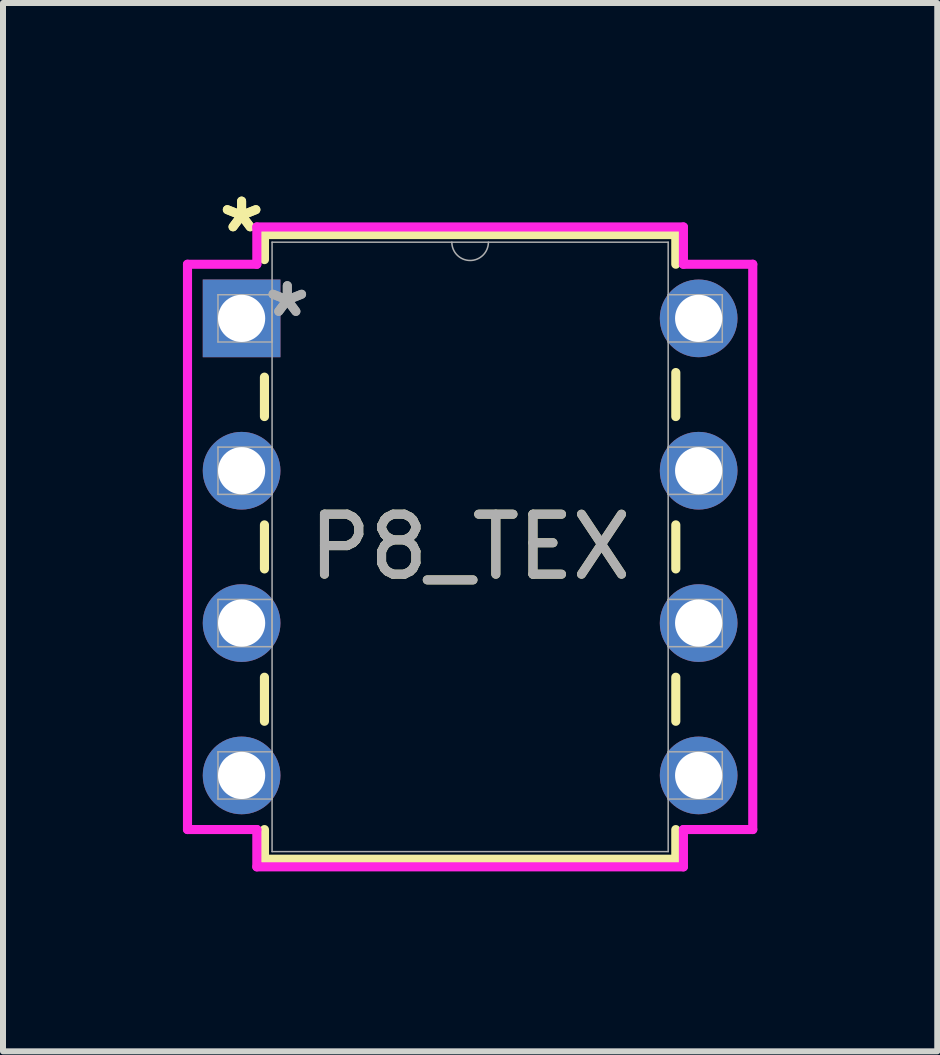
<source format=kicad_pcb>
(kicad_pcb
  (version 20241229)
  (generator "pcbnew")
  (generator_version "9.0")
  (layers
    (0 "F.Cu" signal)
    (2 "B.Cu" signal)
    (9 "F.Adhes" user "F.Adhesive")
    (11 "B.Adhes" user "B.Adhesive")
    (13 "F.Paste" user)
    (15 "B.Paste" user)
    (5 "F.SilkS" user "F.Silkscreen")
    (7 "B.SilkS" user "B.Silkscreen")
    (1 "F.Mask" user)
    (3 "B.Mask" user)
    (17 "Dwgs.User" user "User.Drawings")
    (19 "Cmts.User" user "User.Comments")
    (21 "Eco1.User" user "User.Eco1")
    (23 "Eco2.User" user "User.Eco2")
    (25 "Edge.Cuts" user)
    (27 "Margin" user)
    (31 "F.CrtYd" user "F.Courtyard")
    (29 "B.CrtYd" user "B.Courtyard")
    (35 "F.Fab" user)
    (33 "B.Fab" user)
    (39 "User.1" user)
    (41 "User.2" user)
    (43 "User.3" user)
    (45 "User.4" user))
  (footprint "P8_TEX"
    (layer "F.Cu")
    (at 0.978 2.258)
    (property "Reference" "P8_TEX" (at 3.81 3.81 0) (unlocked yes) (layer "F.SilkS") (effects (font (size 1 1) (thickness 0.15))))
    (attr through_hole)
    (fp_line (start 0.381 -1.397) (end 0.381 -0.98) (stroke (width 0.152) (type solid)) (layer "F.SilkS"))
    (fp_line (start 0.381 0.98) (end 0.381 1.637) (stroke (width 0.152) (type solid)) (layer "F.SilkS"))
    (fp_line (start 0.381 3.443) (end 0.381 4.177) (stroke (width 0.152) (type solid)) (layer "F.SilkS"))
    (fp_line (start 0.381 5.983) (end 0.381 6.717) (stroke (width 0.152) (type solid)) (layer "F.SilkS"))
    (fp_line (start 0.381 8.523) (end 0.381 9.017) (stroke (width 0.152) (type solid)) (layer "F.SilkS"))
    (fp_line (start 0.381 9.017) (end 7.239 9.017) (stroke (width 0.152) (type solid)) (layer "F.SilkS"))
    (fp_line (start 7.239 -1.397) (end 0.381 -1.397) (stroke (width 0.152) (type solid)) (layer "F.SilkS"))
    (fp_line (start 7.239 -0.903) (end 7.239 -1.397) (stroke (width 0.152) (type solid)) (layer "F.SilkS"))
    (fp_line (start 7.239 1.637) (end 7.239 0.903) (stroke (width 0.152) (type solid)) (layer "F.SilkS"))
    (fp_line (start 7.239 4.177) (end 7.239 3.443) (stroke (width 0.152) (type solid)) (layer "F.SilkS"))
    (fp_line (start 7.239 6.717) (end 7.239 5.983) (stroke (width 0.152) (type solid)) (layer "F.SilkS"))
    (fp_line (start 7.239 9.017) (end 7.239 8.523) (stroke (width 0.152) (type solid)) (layer "F.SilkS"))
    (fp_line (start -0.902 -0.902) (end 0.254 -0.902) (stroke (width 0.152) (type solid)) (layer "F.CrtYd"))
    (fp_line (start -0.902 8.522) (end -0.902 -0.902) (stroke (width 0.152) (type solid)) (layer "F.CrtYd"))
    (fp_line (start 0.254 -1.524) (end 7.366 -1.524) (stroke (width 0.152) (type solid)) (layer "F.CrtYd"))
    (fp_line (start 0.254 -0.902) (end 0.254 -1.524) (stroke (width 0.152) (type solid)) (layer "F.CrtYd"))
    (fp_line (start 0.254 8.522) (end -0.902 8.522) (stroke (width 0.152) (type solid)) (layer "F.CrtYd"))
    (fp_line (start 0.254 9.144) (end 0.254 8.522) (stroke (width 0.152) (type solid)) (layer "F.CrtYd"))
    (fp_line (start 7.366 -1.524) (end 7.366 -0.902) (stroke (width 0.152) (type solid)) (layer "F.CrtYd"))
    (fp_line (start 7.366 8.522) (end 7.366 9.144) (stroke (width 0.152) (type solid)) (layer "F.CrtYd"))
    (fp_line (start 7.366 9.144) (end 0.254 9.144) (stroke (width 0.152) (type solid)) (layer "F.CrtYd"))
    (fp_line (start 8.522 -0.902) (end 7.366 -0.902) (stroke (width 0.152) (type solid)) (layer "F.CrtYd"))
    (fp_line (start 8.522 -0.902) (end 8.522 8.522) (stroke (width 0.152) (type solid)) (layer "F.CrtYd"))
    (fp_line (start 8.522 8.522) (end 7.366 8.522) (stroke (width 0.152) (type solid)) (layer "F.CrtYd"))
    (fp_line (start -0.394 -0.394) (end -0.394 0.394) (stroke (width 0.025) (type solid)) (layer "F.Fab"))
    (fp_line (start -0.394 0.394) (end 0.508 0.394) (stroke (width 0.025) (type solid)) (layer "F.Fab"))
    (fp_line (start -0.394 2.146) (end -0.394 2.934) (stroke (width 0.025) (type solid)) (layer "F.Fab"))
    (fp_line (start -0.394 2.934) (end 0.508 2.934) (stroke (width 0.025) (type solid)) (layer "F.Fab"))
    (fp_line (start -0.394 4.686) (end -0.394 5.474) (stroke (width 0.025) (type solid)) (layer "F.Fab"))
    (fp_line (start -0.394 5.474) (end 0.508 5.474) (stroke (width 0.025) (type solid)) (layer "F.Fab"))
    (fp_line (start -0.394 7.226) (end -0.394 8.014) (stroke (width 0.025) (type solid)) (layer "F.Fab"))
    (fp_line (start -0.394 8.014) (end 0.508 8.014) (stroke (width 0.025) (type solid)) (layer "F.Fab"))
    (fp_line (start 0.508 -1.27) (end 0.508 8.89) (stroke (width 0.025) (type solid)) (layer "F.Fab"))
    (fp_line (start 0.508 -0.394) (end -0.394 -0.394) (stroke (width 0.025) (type solid)) (layer "F.Fab"))
    (fp_line (start 0.508 0.394) (end 0.508 -0.394) (stroke (width 0.025) (type solid)) (layer "F.Fab"))
    (fp_line (start 0.508 2.146) (end -0.394 2.146) (stroke (width 0.025) (type solid)) (layer "F.Fab"))
    (fp_line (start 0.508 2.934) (end 0.508 2.146) (stroke (width 0.025) (type solid)) (layer "F.Fab"))
    (fp_line (start 0.508 4.686) (end -0.394 4.686) (stroke (width 0.025) (type solid)) (layer "F.Fab"))
    (fp_line (start 0.508 5.474) (end 0.508 4.686) (stroke (width 0.025) (type solid)) (layer "F.Fab"))
    (fp_line (start 0.508 7.226) (end -0.394 7.226) (stroke (width 0.025) (type solid)) (layer "F.Fab"))
    (fp_line (start 0.508 8.014) (end 0.508 7.226) (stroke (width 0.025) (type solid)) (layer "F.Fab"))
    (fp_line (start 0.508 8.89) (end 7.112 8.89) (stroke (width 0.025) (type solid)) (layer "F.Fab"))
    (fp_line (start 7.112 -1.27) (end 0.508 -1.27) (stroke (width 0.025) (type solid)) (layer "F.Fab"))
    (fp_line (start 7.112 -0.394) (end 7.112 0.394) (stroke (width 0.025) (type solid)) (layer "F.Fab"))
    (fp_line (start 7.112 0.394) (end 8.014 0.394) (stroke (width 0.025) (type solid)) (layer "F.Fab"))
    (fp_line (start 7.112 2.146) (end 7.112 2.934) (stroke (width 0.025) (type solid)) (layer "F.Fab"))
    (fp_line (start 7.112 2.934) (end 8.014 2.934) (stroke (width 0.025) (type solid)) (layer "F.Fab"))
    (fp_line (start 7.112 4.686) (end 7.112 5.474) (stroke (width 0.025) (type solid)) (layer "F.Fab"))
    (fp_line (start 7.112 5.474) (end 8.014 5.474) (stroke (width 0.025) (type solid)) (layer "F.Fab"))
    (fp_line (start 7.112 7.226) (end 7.112 8.014) (stroke (width 0.025) (type solid)) (layer "F.Fab"))
    (fp_line (start 7.112 8.014) (end 8.014 8.014) (stroke (width 0.025) (type solid)) (layer "F.Fab"))
    (fp_line (start 7.112 8.89) (end 7.112 -1.27) (stroke (width 0.025) (type solid)) (layer "F.Fab"))
    (fp_line (start 8.014 -0.394) (end 7.112 -0.394) (stroke (width 0.025) (type solid)) (layer "F.Fab"))
    (fp_line (start 8.014 0.394) (end 8.014 -0.394) (stroke (width 0.025) (type solid)) (layer "F.Fab"))
    (fp_line (start 8.014 2.146) (end 7.112 2.146) (stroke (width 0.025) (type solid)) (layer "F.Fab"))
    (fp_line (start 8.014 2.934) (end 8.014 2.146) (stroke (width 0.025) (type solid)) (layer "F.Fab"))
    (fp_line (start 8.014 4.686) (end 7.112 4.686) (stroke (width 0.025) (type solid)) (layer "F.Fab"))
    (fp_line (start 8.014 5.474) (end 8.014 4.686) (stroke (width 0.025) (type solid)) (layer "F.Fab"))
    (fp_line (start 8.014 7.226) (end 7.112 7.226) (stroke (width 0.025) (type solid)) (layer "F.Fab"))
    (fp_line (start 8.014 8.014) (end 8.014 7.226) (stroke (width 0.025) (type solid)) (layer "F.Fab"))
    (fp_arc (start 4.1148 -1.27) (mid 3.81 -0.9652) (end 3.5052 -1.27) (stroke (width 0.0254) (type solid)) (layer "F.Fab"))
    (fp_text user "*" (at 0 -1.41 0) (layer "F.SilkS") (effects (font (size 1 1) (thickness 0.15))))
    (fp_text user "*" (at 0 -1.41 0) (unlocked yes) (layer "F.SilkS") (effects (font (size 1 1) (thickness 0.15))))
    (fp_text user "${REFERENCE}" (at 3.81 3.81 0) (unlocked yes) (layer "F.Fab") (effects (font (size 1 1) (thickness 0.15))))
    (fp_text user "*" (at 0.762 0 0) (layer "F.Fab") (effects (font (size 1 1) (thickness 0.15))))
    (fp_text user "*" (at 0.762 0 0) (unlocked yes) (layer "F.Fab") (effects (font (size 1 1) (thickness 0.15))))
    (pad "1" thru_hole rect (at 0 0) (size 1.295 1.295) (drill 0.787) (layers "*.Cu" "*.Mask"))
    (pad "2" thru_hole circle (at 0 2.54) (size 1.295 1.295) (drill 0.787) (layers "*.Cu" "*.Mask"))
    (pad "3" thru_hole circle (at 0 5.08) (size 1.295 1.295) (drill 0.787) (layers "*.Cu" "*.Mask"))
    (pad "4" thru_hole circle (at 0 7.62) (size 1.295 1.295) (drill 0.787) (layers "*.Cu" "*.Mask"))
    (pad "5" thru_hole circle (at 7.62 7.62) (size 1.295 1.295) (drill 0.787) (layers "*.Cu" "*.Mask"))
    (pad "6" thru_hole circle (at 7.62 5.08) (size 1.295 1.295) (drill 0.787) (layers "*.Cu" "*.Mask"))
    (pad "7" thru_hole circle (at 7.62 2.54) (size 1.295 1.295) (drill 0.787) (layers "*.Cu" "*.Mask"))
    (pad "8" thru_hole circle (at 7.62 0) (size 1.295 1.295) (drill 0.787) (layers "*.Cu" "*.Mask")))
  (gr_rect
    (start -3 -3)
    (end 12.576 14.478)
    (stroke (width 0.1) (type default))
    (fill no)
    (layer "Edge.Cuts")))
</source>
